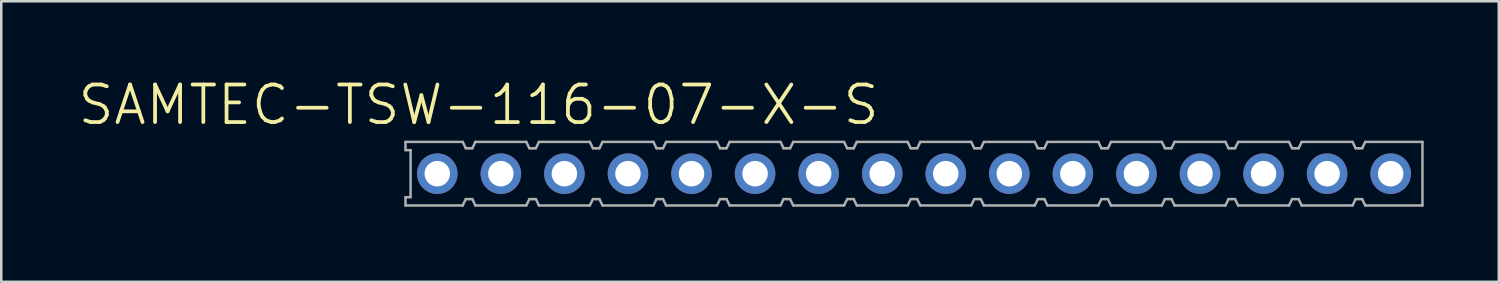
<source format=kicad_pcb>
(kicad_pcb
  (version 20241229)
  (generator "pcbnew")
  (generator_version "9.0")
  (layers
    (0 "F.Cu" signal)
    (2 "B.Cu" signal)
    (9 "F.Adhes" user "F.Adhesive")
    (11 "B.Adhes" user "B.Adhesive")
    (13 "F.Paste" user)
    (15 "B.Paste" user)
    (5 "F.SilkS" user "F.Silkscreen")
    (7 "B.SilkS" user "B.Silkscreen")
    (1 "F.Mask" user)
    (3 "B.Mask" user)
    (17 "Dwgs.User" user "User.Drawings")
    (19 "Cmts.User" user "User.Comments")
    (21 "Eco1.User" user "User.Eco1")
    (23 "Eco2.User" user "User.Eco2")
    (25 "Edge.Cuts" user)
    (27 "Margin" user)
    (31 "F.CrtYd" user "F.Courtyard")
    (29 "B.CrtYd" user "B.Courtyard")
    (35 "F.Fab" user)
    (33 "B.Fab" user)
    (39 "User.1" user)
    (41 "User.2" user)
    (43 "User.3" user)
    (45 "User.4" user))
  (footprint "SAMTEC-TSW-116-07-X-S"
    (layer "F.Cu")
    (at 33.475 3.891)
    (property "Reference" "SAMTEC-TSW-116-07-X-S" (at -17.4 -2.75 0) (layer "F.SilkS") (effects (font (size 1.5 1.5) (thickness 0.15))))
    (attr through_hole)
    (fp_line (start -20.32 -1.27) (end -20.32 -0.94) (stroke (width 0.1) (type solid)) (layer "F.Fab"))
    (fp_line (start -20.32 -0.94) (end -20.117 -0.94) (stroke (width 0.1) (type solid)) (layer "F.Fab"))
    (fp_line (start -20.32 0.94) (end -20.32 1.27) (stroke (width 0.1) (type solid)) (layer "F.Fab"))
    (fp_line (start -20.32 1.27) (end -18.034 1.27) (stroke (width 0.1) (type solid)) (layer "F.Fab"))
    (fp_line (start -20.117 -0.94) (end -20.117 0.94) (stroke (width 0.1) (type solid)) (layer "F.Fab"))
    (fp_line (start -20.117 0.94) (end -20.32 0.94) (stroke (width 0.1) (type solid)) (layer "F.Fab"))
    (fp_line (start -19.368 -0.318) (end -19.368 0.318) (stroke (width 0.1) (type solid)) (layer "F.Fab"))
    (fp_line (start -19.368 0.318) (end -18.732 0.318) (stroke (width 0.1) (type solid)) (layer "F.Fab"))
    (fp_line (start -18.732 -0.318) (end -19.368 -0.318) (stroke (width 0.1) (type solid)) (layer "F.Fab"))
    (fp_line (start -18.732 0.318) (end -18.732 -0.318) (stroke (width 0.1) (type solid)) (layer "F.Fab"))
    (fp_line (start -18.034 -1.27) (end -20.32 -1.27) (stroke (width 0.1) (type solid)) (layer "F.Fab"))
    (fp_line (start -18.034 1.27) (end -17.91 1.016) (stroke (width 0.1) (type solid)) (layer "F.Fab"))
    (fp_line (start -17.91 -1.016) (end -18.034 -1.27) (stroke (width 0.1) (type solid)) (layer "F.Fab"))
    (fp_line (start -17.91 1.016) (end -17.78 1.016) (stroke (width 0.1) (type solid)) (layer "F.Fab"))
    (fp_line (start -17.78 -1.016) (end -17.91 -1.016) (stroke (width 0.1) (type solid)) (layer "F.Fab"))
    (fp_line (start -17.78 -1.016) (end -17.65 -1.016) (stroke (width 0.1) (type solid)) (layer "F.Fab"))
    (fp_line (start -17.78 1.016) (end -17.65 1.016) (stroke (width 0.1) (type solid)) (layer "F.Fab"))
    (fp_line (start -17.65 -1.016) (end -17.526 -1.27) (stroke (width 0.1) (type solid)) (layer "F.Fab"))
    (fp_line (start -17.65 1.016) (end -17.526 1.27) (stroke (width 0.1) (type solid)) (layer "F.Fab"))
    (fp_line (start -17.526 -1.27) (end -15.494 -1.27) (stroke (width 0.1) (type solid)) (layer "F.Fab"))
    (fp_line (start -17.526 1.27) (end -15.494 1.27) (stroke (width 0.1) (type solid)) (layer "F.Fab"))
    (fp_line (start -16.828 -0.318) (end -16.828 0.318) (stroke (width 0.1) (type solid)) (layer "F.Fab"))
    (fp_line (start -16.828 0.318) (end -16.192 0.318) (stroke (width 0.1) (type solid)) (layer "F.Fab"))
    (fp_line (start -16.192 -0.318) (end -16.828 -0.318) (stroke (width 0.1) (type solid)) (layer "F.Fab"))
    (fp_line (start -16.192 0.318) (end -16.192 -0.318) (stroke (width 0.1) (type solid)) (layer "F.Fab"))
    (fp_line (start -15.494 -1.27) (end -15.37 -1.016) (stroke (width 0.1) (type solid)) (layer "F.Fab"))
    (fp_line (start -15.494 1.27) (end -15.37 1.016) (stroke (width 0.1) (type solid)) (layer "F.Fab"))
    (fp_line (start -15.37 -1.016) (end -15.24 -1.016) (stroke (width 0.1) (type solid)) (layer "F.Fab"))
    (fp_line (start -15.37 1.016) (end -15.24 1.016) (stroke (width 0.1) (type solid)) (layer "F.Fab"))
    (fp_line (start -15.24 -1.016) (end -15.11 -1.016) (stroke (width 0.1) (type solid)) (layer "F.Fab"))
    (fp_line (start -15.24 1.016) (end -15.11 1.016) (stroke (width 0.1) (type solid)) (layer "F.Fab"))
    (fp_line (start -15.11 -1.016) (end -14.986 -1.27) (stroke (width 0.1) (type solid)) (layer "F.Fab"))
    (fp_line (start -15.11 1.016) (end -14.986 1.27) (stroke (width 0.1) (type solid)) (layer "F.Fab"))
    (fp_line (start -14.986 -1.27) (end -12.954 -1.27) (stroke (width 0.1) (type solid)) (layer "F.Fab"))
    (fp_line (start -14.986 1.27) (end -12.954 1.27) (stroke (width 0.1) (type solid)) (layer "F.Fab"))
    (fp_line (start -14.288 -0.318) (end -14.288 0.318) (stroke (width 0.1) (type solid)) (layer "F.Fab"))
    (fp_line (start -14.288 0.318) (end -13.652 0.318) (stroke (width 0.1) (type solid)) (layer "F.Fab"))
    (fp_line (start -13.652 -0.318) (end -14.288 -0.318) (stroke (width 0.1) (type solid)) (layer "F.Fab"))
    (fp_line (start -13.652 0.318) (end -13.652 -0.318) (stroke (width 0.1) (type solid)) (layer "F.Fab"))
    (fp_line (start -12.954 -1.27) (end -12.83 -1.016) (stroke (width 0.1) (type solid)) (layer "F.Fab"))
    (fp_line (start -12.954 1.27) (end -12.83 1.016) (stroke (width 0.1) (type solid)) (layer "F.Fab"))
    (fp_line (start -12.83 -1.016) (end -12.7 -1.016) (stroke (width 0.1) (type solid)) (layer "F.Fab"))
    (fp_line (start -12.83 1.016) (end -12.7 1.016) (stroke (width 0.1) (type solid)) (layer "F.Fab"))
    (fp_line (start -12.7 -1.016) (end -12.57 -1.016) (stroke (width 0.1) (type solid)) (layer "F.Fab"))
    (fp_line (start -12.7 1.016) (end -12.57 1.016) (stroke (width 0.1) (type solid)) (layer "F.Fab"))
    (fp_line (start -12.57 -1.016) (end -12.446 -1.27) (stroke (width 0.1) (type solid)) (layer "F.Fab"))
    (fp_line (start -12.57 1.016) (end -12.446 1.27) (stroke (width 0.1) (type solid)) (layer "F.Fab"))
    (fp_line (start -12.446 -1.27) (end -10.414 -1.27) (stroke (width 0.1) (type solid)) (layer "F.Fab"))
    (fp_line (start -12.446 1.27) (end -10.414 1.27) (stroke (width 0.1) (type solid)) (layer "F.Fab"))
    (fp_line (start -11.748 -0.318) (end -11.748 0.318) (stroke (width 0.1) (type solid)) (layer "F.Fab"))
    (fp_line (start -11.748 0.318) (end -11.112 0.318) (stroke (width 0.1) (type solid)) (layer "F.Fab"))
    (fp_line (start -11.112 -0.318) (end -11.748 -0.318) (stroke (width 0.1) (type solid)) (layer "F.Fab"))
    (fp_line (start -11.112 0.318) (end -11.112 -0.318) (stroke (width 0.1) (type solid)) (layer "F.Fab"))
    (fp_line (start -10.414 -1.27) (end -10.29 -1.016) (stroke (width 0.1) (type solid)) (layer "F.Fab"))
    (fp_line (start -10.414 1.27) (end -10.29 1.016) (stroke (width 0.1) (type solid)) (layer "F.Fab"))
    (fp_line (start -10.29 -1.016) (end -10.16 -1.016) (stroke (width 0.1) (type solid)) (layer "F.Fab"))
    (fp_line (start -10.29 1.016) (end -10.16 1.016) (stroke (width 0.1) (type solid)) (layer "F.Fab"))
    (fp_line (start -10.16 -1.016) (end -10.03 -1.016) (stroke (width 0.1) (type solid)) (layer "F.Fab"))
    (fp_line (start -10.16 1.016) (end -10.03 1.016) (stroke (width 0.1) (type solid)) (layer "F.Fab"))
    (fp_line (start -10.03 -1.016) (end -9.906 -1.27) (stroke (width 0.1) (type solid)) (layer "F.Fab"))
    (fp_line (start -10.03 1.016) (end -9.906 1.27) (stroke (width 0.1) (type solid)) (layer "F.Fab"))
    (fp_line (start -9.906 -1.27) (end -7.874 -1.27) (stroke (width 0.1) (type solid)) (layer "F.Fab"))
    (fp_line (start -9.906 1.27) (end -7.874 1.27) (stroke (width 0.1) (type solid)) (layer "F.Fab"))
    (fp_line (start -9.208 -0.318) (end -9.208 0.318) (stroke (width 0.1) (type solid)) (layer "F.Fab"))
    (fp_line (start -9.208 0.318) (end -8.572 0.318) (stroke (width 0.1) (type solid)) (layer "F.Fab"))
    (fp_line (start -8.572 -0.318) (end -9.208 -0.318) (stroke (width 0.1) (type solid)) (layer "F.Fab"))
    (fp_line (start -8.572 0.318) (end -8.572 -0.318) (stroke (width 0.1) (type solid)) (layer "F.Fab"))
    (fp_line (start -7.874 -1.27) (end -7.75 -1.016) (stroke (width 0.1) (type solid)) (layer "F.Fab"))
    (fp_line (start -7.874 1.27) (end -7.75 1.016) (stroke (width 0.1) (type solid)) (layer "F.Fab"))
    (fp_line (start -7.75 -1.016) (end -7.62 -1.016) (stroke (width 0.1) (type solid)) (layer "F.Fab"))
    (fp_line (start -7.75 1.016) (end -7.62 1.016) (stroke (width 0.1) (type solid)) (layer "F.Fab"))
    (fp_line (start -7.62 -1.016) (end -7.49 -1.016) (stroke (width 0.1) (type solid)) (layer "F.Fab"))
    (fp_line (start -7.62 1.016) (end -7.49 1.016) (stroke (width 0.1) (type solid)) (layer "F.Fab"))
    (fp_line (start -7.49 -1.016) (end -7.366 -1.27) (stroke (width 0.1) (type solid)) (layer "F.Fab"))
    (fp_line (start -7.49 1.016) (end -7.366 1.27) (stroke (width 0.1) (type solid)) (layer "F.Fab"))
    (fp_line (start -7.366 -1.27) (end -5.334 -1.27) (stroke (width 0.1) (type solid)) (layer "F.Fab"))
    (fp_line (start -7.366 1.27) (end -5.334 1.27) (stroke (width 0.1) (type solid)) (layer "F.Fab"))
    (fp_line (start -6.668 -0.318) (end -6.668 0.318) (stroke (width 0.1) (type solid)) (layer "F.Fab"))
    (fp_line (start -6.668 0.318) (end -6.032 0.318) (stroke (width 0.1) (type solid)) (layer "F.Fab"))
    (fp_line (start -6.032 -0.318) (end -6.668 -0.318) (stroke (width 0.1) (type solid)) (layer "F.Fab"))
    (fp_line (start -6.032 0.318) (end -6.032 -0.318) (stroke (width 0.1) (type solid)) (layer "F.Fab"))
    (fp_line (start -5.334 -1.27) (end -5.21 -1.016) (stroke (width 0.1) (type solid)) (layer "F.Fab"))
    (fp_line (start -5.334 1.27) (end -5.21 1.016) (stroke (width 0.1) (type solid)) (layer "F.Fab"))
    (fp_line (start -5.21 -1.016) (end -5.08 -1.016) (stroke (width 0.1) (type solid)) (layer "F.Fab"))
    (fp_line (start -5.21 1.016) (end -5.08 1.016) (stroke (width 0.1) (type solid)) (layer "F.Fab"))
    (fp_line (start -5.08 -1.016) (end -4.95 -1.016) (stroke (width 0.1) (type solid)) (layer "F.Fab"))
    (fp_line (start -5.08 1.016) (end -4.95 1.016) (stroke (width 0.1) (type solid)) (layer "F.Fab"))
    (fp_line (start -4.95 -1.016) (end -4.826 -1.27) (stroke (width 0.1) (type solid)) (layer "F.Fab"))
    (fp_line (start -4.95 1.016) (end -4.826 1.27) (stroke (width 0.1) (type solid)) (layer "F.Fab"))
    (fp_line (start -4.826 -1.27) (end -2.794 -1.27) (stroke (width 0.1) (type solid)) (layer "F.Fab"))
    (fp_line (start -4.826 1.27) (end -2.794 1.27) (stroke (width 0.1) (type solid)) (layer "F.Fab"))
    (fp_line (start -4.128 -0.318) (end -4.128 0.318) (stroke (width 0.1) (type solid)) (layer "F.Fab"))
    (fp_line (start -4.128 0.318) (end -3.492 0.318) (stroke (width 0.1) (type solid)) (layer "F.Fab"))
    (fp_line (start -3.492 -0.318) (end -4.128 -0.318) (stroke (width 0.1) (type solid)) (layer "F.Fab"))
    (fp_line (start -3.492 0.318) (end -3.492 -0.318) (stroke (width 0.1) (type solid)) (layer "F.Fab"))
    (fp_line (start -2.794 -1.27) (end -2.67 -1.016) (stroke (width 0.1) (type solid)) (layer "F.Fab"))
    (fp_line (start -2.794 1.27) (end -2.67 1.016) (stroke (width 0.1) (type solid)) (layer "F.Fab"))
    (fp_line (start -2.67 -1.016) (end -2.54 -1.016) (stroke (width 0.1) (type solid)) (layer "F.Fab"))
    (fp_line (start -2.67 1.016) (end -2.54 1.016) (stroke (width 0.1) (type solid)) (layer "F.Fab"))
    (fp_line (start -2.54 -1.016) (end -2.41 -1.016) (stroke (width 0.1) (type solid)) (layer "F.Fab"))
    (fp_line (start -2.54 1.016) (end -2.41 1.016) (stroke (width 0.1) (type solid)) (layer "F.Fab"))
    (fp_line (start -2.41 -1.016) (end -2.286 -1.27) (stroke (width 0.1) (type solid)) (layer "F.Fab"))
    (fp_line (start -2.41 1.016) (end -2.286 1.27) (stroke (width 0.1) (type solid)) (layer "F.Fab"))
    (fp_line (start -2.286 -1.27) (end -0.254 -1.27) (stroke (width 0.1) (type solid)) (layer "F.Fab"))
    (fp_line (start -2.286 1.27) (end -0.254 1.27) (stroke (width 0.1) (type solid)) (layer "F.Fab"))
    (fp_line (start -1.588 -0.318) (end -1.588 0.318) (stroke (width 0.1) (type solid)) (layer "F.Fab"))
    (fp_line (start -1.588 0.318) (end -0.952 0.318) (stroke (width 0.1) (type solid)) (layer "F.Fab"))
    (fp_line (start -0.952 -0.318) (end -1.588 -0.318) (stroke (width 0.1) (type solid)) (layer "F.Fab"))
    (fp_line (start -0.952 0.318) (end -0.952 -0.318) (stroke (width 0.1) (type solid)) (layer "F.Fab"))
    (fp_line (start -0.254 -1.27) (end -0.13 -1.016) (stroke (width 0.1) (type solid)) (layer "F.Fab"))
    (fp_line (start -0.254 1.27) (end -0.13 1.016) (stroke (width 0.1) (type solid)) (layer "F.Fab"))
    (fp_line (start -0.13 -1.016) (end 0 -1.016) (stroke (width 0.1) (type solid)) (layer "F.Fab"))
    (fp_line (start -0.13 1.016) (end 0 1.016) (stroke (width 0.1) (type solid)) (layer "F.Fab"))
    (fp_line (start 0 -1.016) (end 0.13 -1.016) (stroke (width 0.1) (type solid)) (layer "F.Fab"))
    (fp_line (start 0 1.016) (end 0.13 1.016) (stroke (width 0.1) (type solid)) (layer "F.Fab"))
    (fp_line (start 0.13 -1.016) (end 0.254 -1.27) (stroke (width 0.1) (type solid)) (layer "F.Fab"))
    (fp_line (start 0.13 1.016) (end 0.254 1.27) (stroke (width 0.1) (type solid)) (layer "F.Fab"))
    (fp_line (start 0.254 -1.27) (end 2.286 -1.27) (stroke (width 0.1) (type solid)) (layer "F.Fab"))
    (fp_line (start 0.254 1.27) (end 2.286 1.27) (stroke (width 0.1) (type solid)) (layer "F.Fab"))
    (fp_line (start 0.952 -0.318) (end 0.952 0.318) (stroke (width 0.1) (type solid)) (layer "F.Fab"))
    (fp_line (start 0.952 0.318) (end 1.588 0.318) (stroke (width 0.1) (type solid)) (layer "F.Fab"))
    (fp_line (start 1.588 -0.318) (end 0.952 -0.318) (stroke (width 0.1) (type solid)) (layer "F.Fab"))
    (fp_line (start 1.588 0.318) (end 1.588 -0.318) (stroke (width 0.1) (type solid)) (layer "F.Fab"))
    (fp_line (start 2.286 -1.27) (end 2.41 -1.016) (stroke (width 0.1) (type solid)) (layer "F.Fab"))
    (fp_line (start 2.286 1.27) (end 2.41 1.016) (stroke (width 0.1) (type solid)) (layer "F.Fab"))
    (fp_line (start 2.41 -1.016) (end 2.54 -1.016) (stroke (width 0.1) (type solid)) (layer "F.Fab"))
    (fp_line (start 2.41 1.016) (end 2.54 1.016) (stroke (width 0.1) (type solid)) (layer "F.Fab"))
    (fp_line (start 2.54 -1.016) (end 2.67 -1.016) (stroke (width 0.1) (type solid)) (layer "F.Fab"))
    (fp_line (start 2.54 1.016) (end 2.67 1.016) (stroke (width 0.1) (type solid)) (layer "F.Fab"))
    (fp_line (start 2.67 -1.016) (end 2.794 -1.27) (stroke (width 0.1) (type solid)) (layer "F.Fab"))
    (fp_line (start 2.67 1.016) (end 2.794 1.27) (stroke (width 0.1) (type solid)) (layer "F.Fab"))
    (fp_line (start 2.794 -1.27) (end 4.826 -1.27) (stroke (width 0.1) (type solid)) (layer "F.Fab"))
    (fp_line (start 2.794 1.27) (end 4.826 1.27) (stroke (width 0.1) (type solid)) (layer "F.Fab"))
    (fp_line (start 3.492 -0.318) (end 3.492 0.318) (stroke (width 0.1) (type solid)) (layer "F.Fab"))
    (fp_line (start 3.492 0.318) (end 4.128 0.318) (stroke (width 0.1) (type solid)) (layer "F.Fab"))
    (fp_line (start 4.128 -0.318) (end 3.492 -0.318) (stroke (width 0.1) (type solid)) (layer "F.Fab"))
    (fp_line (start 4.128 0.318) (end 4.128 -0.318) (stroke (width 0.1) (type solid)) (layer "F.Fab"))
    (fp_line (start 4.826 -1.27) (end 4.95 -1.016) (stroke (width 0.1) (type solid)) (layer "F.Fab"))
    (fp_line (start 4.826 1.27) (end 4.95 1.016) (stroke (width 0.1) (type solid)) (layer "F.Fab"))
    (fp_line (start 4.95 -1.016) (end 5.08 -1.016) (stroke (width 0.1) (type solid)) (layer "F.Fab"))
    (fp_line (start 4.95 1.016) (end 5.08 1.016) (stroke (width 0.1) (type solid)) (layer "F.Fab"))
    (fp_line (start 5.08 -1.016) (end 5.21 -1.016) (stroke (width 0.1) (type solid)) (layer "F.Fab"))
    (fp_line (start 5.08 1.016) (end 5.21 1.016) (stroke (width 0.1) (type solid)) (layer "F.Fab"))
    (fp_line (start 5.21 -1.016) (end 5.334 -1.27) (stroke (width 0.1) (type solid)) (layer "F.Fab"))
    (fp_line (start 5.21 1.016) (end 5.334 1.27) (stroke (width 0.1) (type solid)) (layer "F.Fab"))
    (fp_line (start 5.334 -1.27) (end 7.366 -1.27) (stroke (width 0.1) (type solid)) (layer "F.Fab"))
    (fp_line (start 5.334 1.27) (end 7.366 1.27) (stroke (width 0.1) (type solid)) (layer "F.Fab"))
    (fp_line (start 6.032 -0.318) (end 6.032 0.318) (stroke (width 0.1) (type solid)) (layer "F.Fab"))
    (fp_line (start 6.032 0.318) (end 6.668 0.318) (stroke (width 0.1) (type solid)) (layer "F.Fab"))
    (fp_line (start 6.668 -0.318) (end 6.032 -0.318) (stroke (width 0.1) (type solid)) (layer "F.Fab"))
    (fp_line (start 6.668 0.318) (end 6.668 -0.318) (stroke (width 0.1) (type solid)) (layer "F.Fab"))
    (fp_line (start 7.366 -1.27) (end 7.49 -1.016) (stroke (width 0.1) (type solid)) (layer "F.Fab"))
    (fp_line (start 7.366 1.27) (end 7.49 1.016) (stroke (width 0.1) (type solid)) (layer "F.Fab"))
    (fp_line (start 7.49 -1.016) (end 7.62 -1.016) (stroke (width 0.1) (type solid)) (layer "F.Fab"))
    (fp_line (start 7.49 1.016) (end 7.62 1.016) (stroke (width 0.1) (type solid)) (layer "F.Fab"))
    (fp_line (start 7.62 -1.016) (end 7.75 -1.016) (stroke (width 0.1) (type solid)) (layer "F.Fab"))
    (fp_line (start 7.62 1.016) (end 7.75 1.016) (stroke (width 0.1) (type solid)) (layer "F.Fab"))
    (fp_line (start 7.75 -1.016) (end 7.874 -1.27) (stroke (width 0.1) (type solid)) (layer "F.Fab"))
    (fp_line (start 7.75 1.016) (end 7.874 1.27) (stroke (width 0.1) (type solid)) (layer "F.Fab"))
    (fp_line (start 7.874 -1.27) (end 9.906 -1.27) (stroke (width 0.1) (type solid)) (layer "F.Fab"))
    (fp_line (start 7.874 1.27) (end 9.906 1.27) (stroke (width 0.1) (type solid)) (layer "F.Fab"))
    (fp_line (start 8.572 -0.318) (end 8.572 0.318) (stroke (width 0.1) (type solid)) (layer "F.Fab"))
    (fp_line (start 8.572 0.318) (end 9.208 0.318) (stroke (width 0.1) (type solid)) (layer "F.Fab"))
    (fp_line (start 9.208 -0.318) (end 8.572 -0.318) (stroke (width 0.1) (type solid)) (layer "F.Fab"))
    (fp_line (start 9.208 0.318) (end 9.208 -0.318) (stroke (width 0.1) (type solid)) (layer "F.Fab"))
    (fp_line (start 9.906 -1.27) (end 10.03 -1.016) (stroke (width 0.1) (type solid)) (layer "F.Fab"))
    (fp_line (start 9.906 1.27) (end 10.03 1.016) (stroke (width 0.1) (type solid)) (layer "F.Fab"))
    (fp_line (start 10.03 -1.016) (end 10.16 -1.016) (stroke (width 0.1) (type solid)) (layer "F.Fab"))
    (fp_line (start 10.03 1.016) (end 10.16 1.016) (stroke (width 0.1) (type solid)) (layer "F.Fab"))
    (fp_line (start 10.16 -1.016) (end 10.29 -1.016) (stroke (width 0.1) (type solid)) (layer "F.Fab"))
    (fp_line (start 10.16 1.016) (end 10.29 1.016) (stroke (width 0.1) (type solid)) (layer "F.Fab"))
    (fp_line (start 10.29 -1.016) (end 10.414 -1.27) (stroke (width 0.1) (type solid)) (layer "F.Fab"))
    (fp_line (start 10.29 1.016) (end 10.414 1.27) (stroke (width 0.1) (type solid)) (layer "F.Fab"))
    (fp_line (start 10.414 -1.27) (end 12.446 -1.27) (stroke (width 0.1) (type solid)) (layer "F.Fab"))
    (fp_line (start 10.414 1.27) (end 12.446 1.27) (stroke (width 0.1) (type solid)) (layer "F.Fab"))
    (fp_line (start 11.112 -0.318) (end 11.112 0.318) (stroke (width 0.1) (type solid)) (layer "F.Fab"))
    (fp_line (start 11.112 0.318) (end 11.748 0.318) (stroke (width 0.1) (type solid)) (layer "F.Fab"))
    (fp_line (start 11.748 -0.318) (end 11.112 -0.318) (stroke (width 0.1) (type solid)) (layer "F.Fab"))
    (fp_line (start 11.748 0.318) (end 11.748 -0.318) (stroke (width 0.1) (type solid)) (layer "F.Fab"))
    (fp_line (start 12.446 -1.27) (end 12.57 -1.016) (stroke (width 0.1) (type solid)) (layer "F.Fab"))
    (fp_line (start 12.446 1.27) (end 12.57 1.016) (stroke (width 0.1) (type solid)) (layer "F.Fab"))
    (fp_line (start 12.57 -1.016) (end 12.7 -1.016) (stroke (width 0.1) (type solid)) (layer "F.Fab"))
    (fp_line (start 12.57 1.016) (end 12.7 1.016) (stroke (width 0.1) (type solid)) (layer "F.Fab"))
    (fp_line (start 12.7 -1.016) (end 12.83 -1.016) (stroke (width 0.1) (type solid)) (layer "F.Fab"))
    (fp_line (start 12.7 1.016) (end 12.83 1.016) (stroke (width 0.1) (type solid)) (layer "F.Fab"))
    (fp_line (start 12.83 -1.016) (end 12.954 -1.27) (stroke (width 0.1) (type solid)) (layer "F.Fab"))
    (fp_line (start 12.83 1.016) (end 12.954 1.27) (stroke (width 0.1) (type solid)) (layer "F.Fab"))
    (fp_line (start 12.954 -1.27) (end 14.986 -1.27) (stroke (width 0.1) (type solid)) (layer "F.Fab"))
    (fp_line (start 12.954 1.27) (end 14.986 1.27) (stroke (width 0.1) (type solid)) (layer "F.Fab"))
    (fp_line (start 13.652 -0.318) (end 13.652 0.318) (stroke (width 0.1) (type solid)) (layer "F.Fab"))
    (fp_line (start 13.652 0.318) (end 14.288 0.318) (stroke (width 0.1) (type solid)) (layer "F.Fab"))
    (fp_line (start 14.288 -0.318) (end 13.652 -0.318) (stroke (width 0.1) (type solid)) (layer "F.Fab"))
    (fp_line (start 14.288 0.318) (end 14.288 -0.318) (stroke (width 0.1) (type solid)) (layer "F.Fab"))
    (fp_line (start 14.986 -1.27) (end 15.11 -1.016) (stroke (width 0.1) (type solid)) (layer "F.Fab"))
    (fp_line (start 14.986 1.27) (end 15.11 1.016) (stroke (width 0.1) (type solid)) (layer "F.Fab"))
    (fp_line (start 15.11 -1.016) (end 15.24 -1.016) (stroke (width 0.1) (type solid)) (layer "F.Fab"))
    (fp_line (start 15.11 1.016) (end 15.24 1.016) (stroke (width 0.1) (type solid)) (layer "F.Fab"))
    (fp_line (start 15.24 -1.016) (end 15.37 -1.016) (stroke (width 0.1) (type solid)) (layer "F.Fab"))
    (fp_line (start 15.24 1.016) (end 15.37 1.016) (stroke (width 0.1) (type solid)) (layer "F.Fab"))
    (fp_line (start 15.37 -1.016) (end 15.494 -1.27) (stroke (width 0.1) (type solid)) (layer "F.Fab"))
    (fp_line (start 15.37 1.016) (end 15.494 1.27) (stroke (width 0.1) (type solid)) (layer "F.Fab"))
    (fp_line (start 15.494 -1.27) (end 17.526 -1.27) (stroke (width 0.1) (type solid)) (layer "F.Fab"))
    (fp_line (start 15.494 1.27) (end 17.526 1.27) (stroke (width 0.1) (type solid)) (layer "F.Fab"))
    (fp_line (start 16.192 -0.318) (end 16.192 0.318) (stroke (width 0.1) (type solid)) (layer "F.Fab"))
    (fp_line (start 16.192 0.318) (end 16.828 0.318) (stroke (width 0.1) (type solid)) (layer "F.Fab"))
    (fp_line (start 16.828 -0.318) (end 16.192 -0.318) (stroke (width 0.1) (type solid)) (layer "F.Fab"))
    (fp_line (start 16.828 0.318) (end 16.828 -0.318) (stroke (width 0.1) (type solid)) (layer "F.Fab"))
    (fp_line (start 17.526 -1.27) (end 17.65 -1.016) (stroke (width 0.1) (type solid)) (layer "F.Fab"))
    (fp_line (start 17.526 1.27) (end 17.65 1.016) (stroke (width 0.1) (type solid)) (layer "F.Fab"))
    (fp_line (start 17.65 -1.016) (end 17.78 -1.016) (stroke (width 0.1) (type solid)) (layer "F.Fab"))
    (fp_line (start 17.65 1.016) (end 17.78 1.016) (stroke (width 0.1) (type solid)) (layer "F.Fab"))
    (fp_line (start 17.78 1.016) (end 17.91 1.016) (stroke (width 0.1) (type solid)) (layer "F.Fab"))
    (fp_line (start 17.91 -1.016) (end 17.78 -1.016) (stroke (width 0.1) (type solid)) (layer "F.Fab"))
    (fp_line (start 17.91 1.016) (end 18.034 1.27) (stroke (width 0.1) (type solid)) (layer "F.Fab"))
    (fp_line (start 18.034 -1.27) (end 17.91 -1.016) (stroke (width 0.1) (type solid)) (layer "F.Fab"))
    (fp_line (start 18.034 1.27) (end 20.32 1.27) (stroke (width 0.1) (type solid)) (layer "F.Fab"))
    (fp_line (start 18.732 -0.318) (end 18.732 0.318) (stroke (width 0.1) (type solid)) (layer "F.Fab"))
    (fp_line (start 18.732 0.318) (end 19.368 0.318) (stroke (width 0.1) (type solid)) (layer "F.Fab"))
    (fp_line (start 19.368 -0.318) (end 18.732 -0.318) (stroke (width 0.1) (type solid)) (layer "F.Fab"))
    (fp_line (start 19.368 0.318) (end 19.368 -0.318) (stroke (width 0.1) (type solid)) (layer "F.Fab"))
    (fp_line (start 20.32 -1.27) (end 18.034 -1.27) (stroke (width 0.1) (type solid)) (layer "F.Fab"))
    (fp_line (start 20.32 1.27) (end 20.32 -1.27) (stroke (width 0.1) (type solid)) (layer "F.Fab"))
    (pad "1" thru_hole circle (at -19.05 0) (size 1.62 1.62) (drill 1.02) (layers "*.Cu" "*.Mask"))
    (pad "2" thru_hole circle (at -16.51 0) (size 1.62 1.62) (drill 1.02) (layers "*.Cu" "*.Mask"))
    (pad "3" thru_hole circle (at -13.97 0) (size 1.62 1.62) (drill 1.02) (layers "*.Cu" "*.Mask"))
    (pad "4" thru_hole circle (at -11.43 0) (size 1.62 1.62) (drill 1.02) (layers "*.Cu"))
    (pad "5" thru_hole circle (at -8.89 0) (size 1.62 1.62) (drill 1.02) (layers "*.Cu" "*.Mask"))
    (pad "6" thru_hole circle (at -6.35 0) (size 1.62 1.62) (drill 1.02) (layers "*.Cu" "*.Mask"))
    (pad "7" thru_hole circle (at -3.81 0) (size 1.62 1.62) (drill 1.02) (layers "*.Cu" "*.Mask"))
    (pad "8" thru_hole circle (at -1.27 0) (size 1.62 1.62) (drill 1.02) (layers "*.Cu" "*.Mask"))
    (pad "9" thru_hole circle (at 1.27 0) (size 1.62 1.62) (drill 1.02) (layers "*.Cu" "*.Mask"))
    (pad "10" thru_hole circle (at 3.81 0) (size 1.62 1.62) (drill 1.02) (layers "*.Cu" "*.Mask"))
    (pad "11" thru_hole circle (at 6.35 0) (size 1.62 1.62) (drill 1.02) (layers "*.Cu" "*.Mask"))
    (pad "12" thru_hole circle (at 8.89 0) (size 1.62 1.62) (drill 1.02) (layers "*.Cu" "*.Mask"))
    (pad "13" thru_hole circle (at 11.43 0) (size 1.62 1.62) (drill 1.02) (layers "*.Cu" "*.Mask"))
    (pad "14" thru_hole circle (at 13.97 0) (size 1.62 1.62) (drill 1.02) (layers "*.Cu" "*.Mask"))
    (pad "15" thru_hole circle (at 16.51 0) (size 1.62 1.62) (drill 1.02) (layers "*.Cu" "*.Mask"))
    (pad "16" thru_hole circle (at 19.05 0) (size 1.62 1.62) (drill 1.02) (layers "*.Cu" "*.Mask")))
  (gr_rect
    (start -3 -3)
    (end 56.845 8.211)
    (stroke (width 0.1) (type default))
    (fill no)
    (layer "Edge.Cuts")))
</source>
